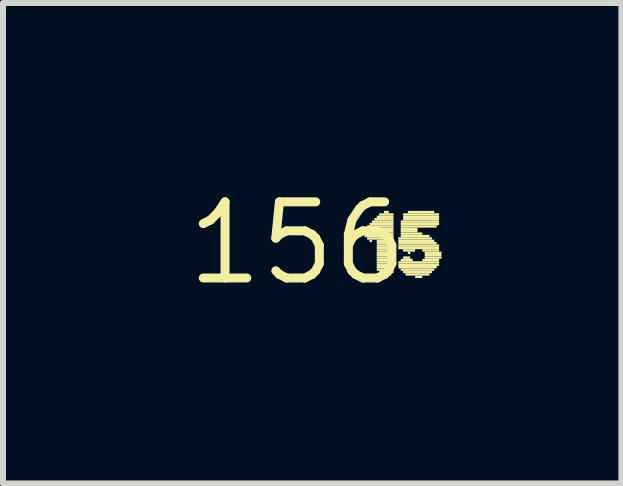
<source format=kicad_pcb>
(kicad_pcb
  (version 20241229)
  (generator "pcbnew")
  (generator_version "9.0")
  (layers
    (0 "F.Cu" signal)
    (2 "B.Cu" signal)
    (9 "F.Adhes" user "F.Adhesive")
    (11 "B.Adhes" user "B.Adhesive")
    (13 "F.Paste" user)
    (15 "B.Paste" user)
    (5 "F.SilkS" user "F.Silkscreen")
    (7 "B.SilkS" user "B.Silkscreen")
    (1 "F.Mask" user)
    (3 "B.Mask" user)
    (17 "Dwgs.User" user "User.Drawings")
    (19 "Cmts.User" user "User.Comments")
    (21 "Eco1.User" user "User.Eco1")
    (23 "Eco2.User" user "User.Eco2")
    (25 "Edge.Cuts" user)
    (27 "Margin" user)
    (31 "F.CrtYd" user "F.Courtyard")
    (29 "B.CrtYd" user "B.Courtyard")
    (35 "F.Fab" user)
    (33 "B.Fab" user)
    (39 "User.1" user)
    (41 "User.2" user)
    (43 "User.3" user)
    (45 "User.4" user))
  (footprint "156"
    (layer "F.Cu")
    (at 1.912 1.006)
    (property "Reference" "156" (at 0 0 0) (layer "F.SilkS") (effects (font (size 1.27 1.27) (thickness 0.15))))
    (attr through_hole)
    (fp_poly (pts (xy 1.08 -0.18) (xy 1.6 -0.18) (xy 1.6 -0.22) (xy 1.08 -0.22)) (stroke (width 0) (type solid)) (fill yes) (layer "F.SilkS"))
    (fp_poly (pts (xy 1.08 -0.14) (xy 1.6 -0.14) (xy 1.6 -0.18) (xy 1.08 -0.18)) (stroke (width 0) (type solid)) (fill yes) (layer "F.SilkS"))
    (fp_poly (pts (xy 1.12 -0.22) (xy 1.6 -0.22) (xy 1.6 -0.26) (xy 1.12 -0.26)) (stroke (width 0) (type solid)) (fill yes) (layer "F.SilkS"))
    (fp_poly (pts (xy 1.12 -0.1) (xy 1.6 -0.1) (xy 1.6 -0.14) (xy 1.12 -0.14)) (stroke (width 0) (type solid)) (fill yes) (layer "F.SilkS"))
    (fp_poly (pts (xy 1.16 -0.26) (xy 1.6 -0.26) (xy 1.6 -0.3) (xy 1.16 -0.3)) (stroke (width 0) (type solid)) (fill yes) (layer "F.SilkS"))
    (fp_poly (pts (xy 1.16 -0.06) (xy 1.6 -0.06) (xy 1.6 -0.1) (xy 1.16 -0.1)) (stroke (width 0) (type solid)) (fill yes) (layer "F.SilkS"))
    (fp_poly (pts (xy 1.2 -0.3) (xy 1.6 -0.3) (xy 1.6 -0.34) (xy 1.2 -0.34)) (stroke (width 0) (type solid)) (fill yes) (layer "F.SilkS"))
    (fp_poly (pts (xy 1.2 -0.02) (xy 1.24 -0.02) (xy 1.24 -0.06) (xy 1.2 -0.06)) (stroke (width 0) (type solid)) (fill yes) (layer "F.SilkS"))
    (fp_poly (pts (xy 1.24 -0.34) (xy 1.6 -0.34) (xy 1.6 -0.38) (xy 1.24 -0.38)) (stroke (width 0) (type solid)) (fill yes) (layer "F.SilkS"))
    (fp_poly (pts (xy 1.28 -0.38) (xy 1.6 -0.38) (xy 1.6 -0.42) (xy 1.28 -0.42)) (stroke (width 0) (type solid)) (fill yes) (layer "F.SilkS"))
    (fp_poly (pts (xy 1.32 -0.42) (xy 1.6 -0.42) (xy 1.6 -0.46) (xy 1.32 -0.46)) (stroke (width 0) (type solid)) (fill yes) (layer "F.SilkS"))
    (fp_poly (pts (xy 1.32 -0.02) (xy 1.6 -0.02) (xy 1.6 -0.06) (xy 1.32 -0.06)) (stroke (width 0) (type solid)) (fill yes) (layer "F.SilkS"))
    (fp_poly (pts (xy 1.32 0.02) (xy 1.6 0.02) (xy 1.6 -0.02) (xy 1.32 -0.02)) (stroke (width 0) (type solid)) (fill yes) (layer "F.SilkS"))
    (fp_poly (pts (xy 1.32 0.06) (xy 1.6 0.06) (xy 1.6 0.02) (xy 1.32 0.02)) (stroke (width 0) (type solid)) (fill yes) (layer "F.SilkS"))
    (fp_poly (pts (xy 1.32 0.1) (xy 1.6 0.1) (xy 1.6 0.06) (xy 1.32 0.06)) (stroke (width 0) (type solid)) (fill yes) (layer "F.SilkS"))
    (fp_poly (pts (xy 1.32 0.14) (xy 1.6 0.14) (xy 1.6 0.1) (xy 1.32 0.1)) (stroke (width 0) (type solid)) (fill yes) (layer "F.SilkS"))
    (fp_poly (pts (xy 1.32 0.18) (xy 1.6 0.18) (xy 1.6 0.14) (xy 1.32 0.14)) (stroke (width 0) (type solid)) (fill yes) (layer "F.SilkS"))
    (fp_poly (pts (xy 1.32 0.22) (xy 1.6 0.22) (xy 1.6 0.18) (xy 1.32 0.18)) (stroke (width 0) (type solid)) (fill yes) (layer "F.SilkS"))
    (fp_poly (pts (xy 1.32 0.26) (xy 1.6 0.26) (xy 1.6 0.22) (xy 1.32 0.22)) (stroke (width 0) (type solid)) (fill yes) (layer "F.SilkS"))
    (fp_poly (pts (xy 1.32 0.3) (xy 1.6 0.3) (xy 1.6 0.26) (xy 1.32 0.26)) (stroke (width 0) (type solid)) (fill yes) (layer "F.SilkS"))
    (fp_poly (pts (xy 1.32 0.34) (xy 1.6 0.34) (xy 1.6 0.3) (xy 1.32 0.3)) (stroke (width 0) (type solid)) (fill yes) (layer "F.SilkS"))
    (fp_poly (pts (xy 1.32 0.38) (xy 1.6 0.38) (xy 1.6 0.34) (xy 1.32 0.34)) (stroke (width 0) (type solid)) (fill yes) (layer "F.SilkS"))
    (fp_poly (pts (xy 1.32 0.42) (xy 1.6 0.42) (xy 1.6 0.38) (xy 1.32 0.38)) (stroke (width 0) (type solid)) (fill yes) (layer "F.SilkS"))
    (fp_poly (pts (xy 1.32 0.46) (xy 1.6 0.46) (xy 1.6 0.42) (xy 1.32 0.42)) (stroke (width 0) (type solid)) (fill yes) (layer "F.SilkS"))
    (fp_poly (pts (xy 1.36 -0.46) (xy 1.6 -0.46) (xy 1.6 -0.5) (xy 1.36 -0.5)) (stroke (width 0) (type solid)) (fill yes) (layer "F.SilkS"))
    (fp_poly (pts (xy 1.36 0.5) (xy 1.6 0.5) (xy 1.6 0.46) (xy 1.36 0.46)) (stroke (width 0) (type solid)) (fill yes) (layer "F.SilkS"))
    (fp_poly (pts (xy 1.36 0.54) (xy 1.56 0.54) (xy 1.56 0.5) (xy 1.36 0.5)) (stroke (width 0) (type solid)) (fill yes) (layer "F.SilkS"))
    (fp_poly (pts (xy 1.44 -0.5) (xy 1.52 -0.5) (xy 1.52 -0.54) (xy 1.44 -0.54)) (stroke (width 0) (type solid)) (fill yes) (layer "F.SilkS"))
    (fp_poly (pts (xy 1.68 -0.06) (xy 2.24 -0.06) (xy 2.24 -0.1) (xy 1.68 -0.1)) (stroke (width 0) (type solid)) (fill yes) (layer "F.SilkS"))
    (fp_poly (pts (xy 1.68 -0.02) (xy 2.28 -0.02) (xy 2.28 -0.06) (xy 1.68 -0.06)) (stroke (width 0) (type solid)) (fill yes) (layer "F.SilkS"))
    (fp_poly (pts (xy 1.68 0.02) (xy 2.32 0.02) (xy 2.32 -0.02) (xy 1.68 -0.02)) (stroke (width 0) (type solid)) (fill yes) (layer "F.SilkS"))
    (fp_poly (pts (xy 1.68 0.06) (xy 2.36 0.06) (xy 2.36 0.02) (xy 1.68 0.02)) (stroke (width 0) (type solid)) (fill yes) (layer "F.SilkS"))
    (fp_poly (pts (xy 1.68 0.1) (xy 2.36 0.1) (xy 2.36 0.06) (xy 1.68 0.06)) (stroke (width 0) (type solid)) (fill yes) (layer "F.SilkS"))
    (fp_poly (pts (xy 1.68 0.34) (xy 2.36 0.34) (xy 2.36 0.3) (xy 1.68 0.3)) (stroke (width 0) (type solid)) (fill yes) (layer "F.SilkS"))
    (fp_poly (pts (xy 1.68 0.38) (xy 2.36 0.38) (xy 2.36 0.34) (xy 1.68 0.34)) (stroke (width 0) (type solid)) (fill yes) (layer "F.SilkS"))
    (fp_poly (pts (xy 1.68 0.42) (xy 2.32 0.42) (xy 2.32 0.38) (xy 1.68 0.38)) (stroke (width 0) (type solid)) (fill yes) (layer "F.SilkS"))
    (fp_poly (pts (xy 1.72 -0.34) (xy 2.36 -0.34) (xy 2.36 -0.38) (xy 1.72 -0.38)) (stroke (width 0) (type solid)) (fill yes) (layer "F.SilkS"))
    (fp_poly (pts (xy 1.72 -0.3) (xy 2.36 -0.3) (xy 2.36 -0.34) (xy 1.72 -0.34)) (stroke (width 0) (type solid)) (fill yes) (layer "F.SilkS"))
    (fp_poly (pts (xy 1.72 -0.26) (xy 2.32 -0.26) (xy 2.32 -0.3) (xy 1.72 -0.3)) (stroke (width 0) (type solid)) (fill yes) (layer "F.SilkS"))
    (fp_poly (pts (xy 1.72 -0.22) (xy 2 -0.22) (xy 2 -0.26) (xy 1.72 -0.26)) (stroke (width 0) (type solid)) (fill yes) (layer "F.SilkS"))
    (fp_poly (pts (xy 1.72 -0.18) (xy 2 -0.18) (xy 2 -0.22) (xy 1.72 -0.22)) (stroke (width 0) (type solid)) (fill yes) (layer "F.SilkS"))
    (fp_poly (pts (xy 1.72 -0.14) (xy 2.08 -0.14) (xy 2.08 -0.18) (xy 1.72 -0.18)) (stroke (width 0) (type solid)) (fill yes) (layer "F.SilkS"))
    (fp_poly (pts (xy 1.72 -0.1) (xy 2.2 -0.1) (xy 2.2 -0.14) (xy 1.72 -0.14)) (stroke (width 0) (type solid)) (fill yes) (layer "F.SilkS"))
    (fp_poly (pts (xy 1.72 0.3) (xy 1.92 0.3) (xy 1.92 0.26) (xy 1.72 0.26)) (stroke (width 0) (type solid)) (fill yes) (layer "F.SilkS"))
    (fp_poly (pts (xy 1.72 0.46) (xy 2.28 0.46) (xy 2.28 0.42) (xy 1.72 0.42)) (stroke (width 0) (type solid)) (fill yes) (layer "F.SilkS"))
    (fp_poly (pts (xy 1.76 -0.46) (xy 2.36 -0.46) (xy 2.36 -0.5) (xy 1.76 -0.5)) (stroke (width 0) (type solid)) (fill yes) (layer "F.SilkS"))
    (fp_poly (pts (xy 1.76 -0.42) (xy 2.36 -0.42) (xy 2.36 -0.46) (xy 1.76 -0.46)) (stroke (width 0) (type solid)) (fill yes) (layer "F.SilkS"))
    (fp_poly (pts (xy 1.76 -0.38) (xy 2.36 -0.38) (xy 2.36 -0.42) (xy 1.76 -0.42)) (stroke (width 0) (type solid)) (fill yes) (layer "F.SilkS"))
    (fp_poly (pts (xy 1.76 0.14) (xy 1.96 0.14) (xy 1.96 0.1) (xy 1.76 0.1)) (stroke (width 0) (type solid)) (fill yes) (layer "F.SilkS"))
    (fp_poly (pts (xy 1.76 0.26) (xy 1.88 0.26) (xy 1.88 0.22) (xy 1.76 0.22)) (stroke (width 0) (type solid)) (fill yes) (layer "F.SilkS"))
    (fp_poly (pts (xy 1.76 0.5) (xy 2.24 0.5) (xy 2.24 0.46) (xy 1.76 0.46)) (stroke (width 0) (type solid)) (fill yes) (layer "F.SilkS"))
    (fp_poly (pts (xy 1.8 0.54) (xy 2.2 0.54) (xy 2.2 0.5) (xy 1.8 0.5)) (stroke (width 0) (type solid)) (fill yes) (layer "F.SilkS"))
    (fp_poly (pts (xy 1.84 -0.5) (xy 2.28 -0.5) (xy 2.28 -0.54) (xy 1.84 -0.54)) (stroke (width 0) (type solid)) (fill yes) (layer "F.SilkS"))
    (fp_poly (pts (xy 1.84 0.18) (xy 1.88 0.18) (xy 1.88 0.14) (xy 1.84 0.14)) (stroke (width 0) (type solid)) (fill yes) (layer "F.SilkS"))
    (fp_poly (pts (xy 1.96 0.58) (xy 2.08 0.58) (xy 2.08 0.54) (xy 1.96 0.54)) (stroke (width 0) (type solid)) (fill yes) (layer "F.SilkS"))
    (fp_poly (pts (xy 2.08 0.14) (xy 2.36 0.14) (xy 2.36 0.1) (xy 2.08 0.1)) (stroke (width 0) (type solid)) (fill yes) (layer "F.SilkS"))
    (fp_poly (pts (xy 2.08 0.3) (xy 2.36 0.3) (xy 2.36 0.26) (xy 2.08 0.26)) (stroke (width 0) (type solid)) (fill yes) (layer "F.SilkS"))
    (fp_poly (pts (xy 2.12 0.18) (xy 2.4 0.18) (xy 2.4 0.14) (xy 2.12 0.14)) (stroke (width 0) (type solid)) (fill yes) (layer "F.SilkS"))
    (fp_poly (pts (xy 2.12 0.22) (xy 2.4 0.22) (xy 2.4 0.18) (xy 2.12 0.18)) (stroke (width 0) (type solid)) (fill yes) (layer "F.SilkS"))
    (fp_poly (pts (xy 2.12 0.26) (xy 2.4 0.26) (xy 2.4 0.22) (xy 2.12 0.22)) (stroke (width 0) (type solid)) (fill yes) (layer "F.SilkS")))
  (gr_rect
    (start -3 -3)
    (end 7.312 5.012)
    (stroke (width 0.1) (type default))
    (fill no)
    (layer "Edge.Cuts")))
</source>
